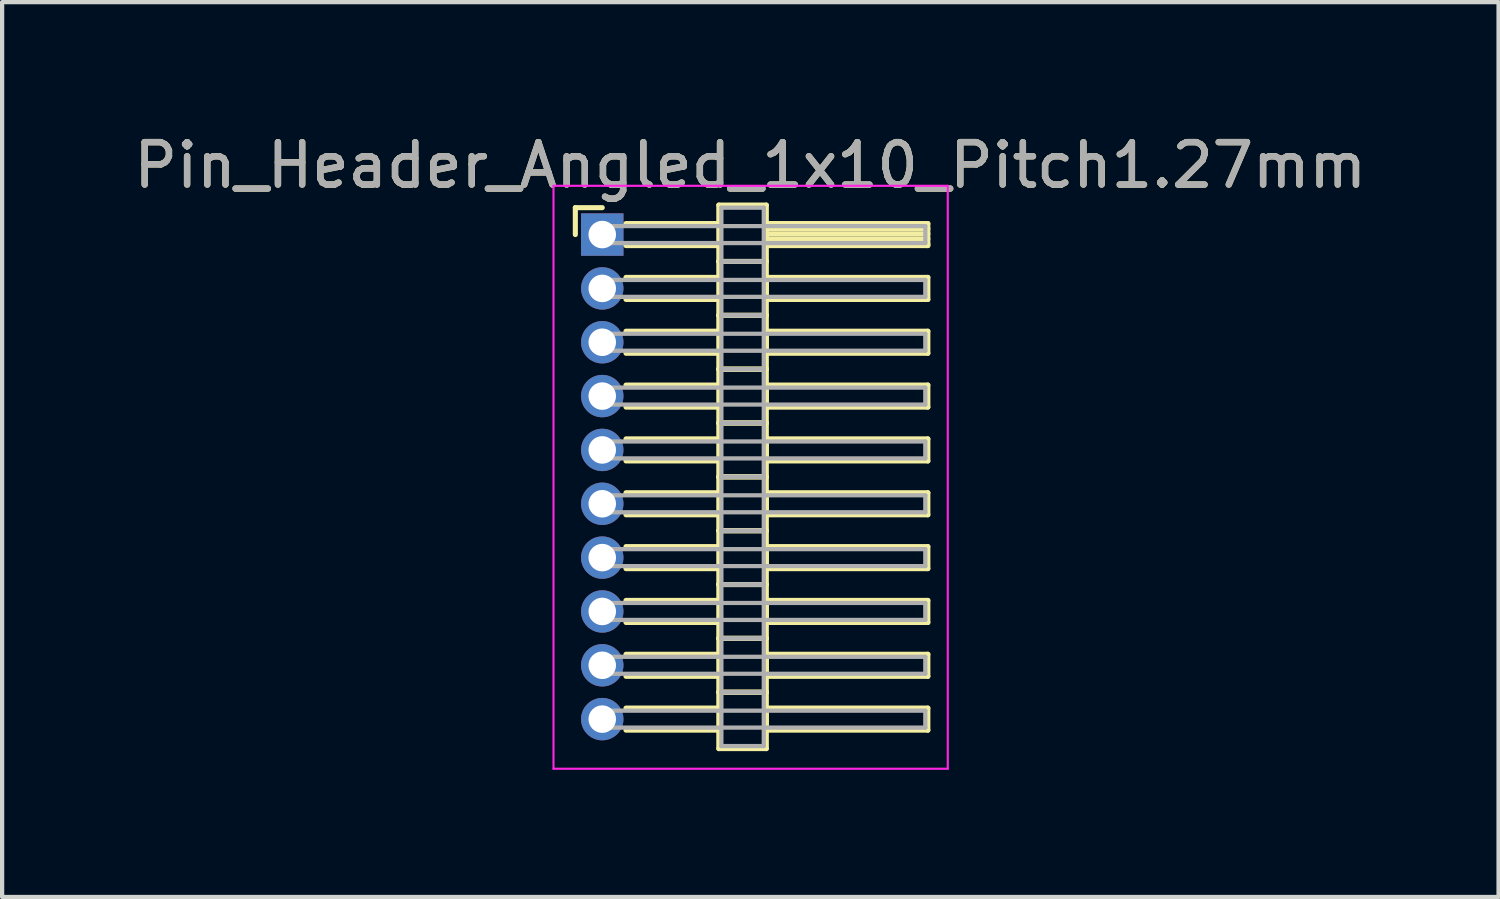
<source format=kicad_pcb>
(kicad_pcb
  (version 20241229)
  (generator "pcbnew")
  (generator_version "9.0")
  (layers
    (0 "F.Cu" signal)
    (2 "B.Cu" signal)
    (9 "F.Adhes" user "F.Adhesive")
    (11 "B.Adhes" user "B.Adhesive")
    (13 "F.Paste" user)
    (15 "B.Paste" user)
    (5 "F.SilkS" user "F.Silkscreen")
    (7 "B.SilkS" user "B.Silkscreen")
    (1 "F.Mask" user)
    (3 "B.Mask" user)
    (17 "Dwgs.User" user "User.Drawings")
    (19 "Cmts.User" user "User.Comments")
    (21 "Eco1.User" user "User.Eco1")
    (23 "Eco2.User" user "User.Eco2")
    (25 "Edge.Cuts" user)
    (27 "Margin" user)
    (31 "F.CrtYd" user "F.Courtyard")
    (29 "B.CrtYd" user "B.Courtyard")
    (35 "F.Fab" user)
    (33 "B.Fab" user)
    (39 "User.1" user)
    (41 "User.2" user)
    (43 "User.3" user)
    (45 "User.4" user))
  (footprint "Pin_Header_Angled_1x10_Pitch1.27mm"
    (layer "F.Cu")
    (at 11.156 2.483)
    (property "Reference" "Pin_Header_Angled_1x10_Pitch1.27mm" (at 3.493 -1.635 0) (layer "F.SilkS") (effects (font (size 1 1) (thickness 0.15))))
    (attr through_hole)
    (fp_line (start -0.635 -0.635) (end 0 -0.635) (stroke (width 0.12) (type solid)) (layer "F.SilkS"))
    (fp_line (start -0.635 0) (end -0.635 -0.635) (stroke (width 0.12) (type solid)) (layer "F.SilkS"))
    (fp_line (start 0.56 -0.26) (end 2.75 -0.26) (stroke (width 0.12) (type solid)) (layer "F.SilkS"))
    (fp_line (start 0.56 0.26) (end 2.75 0.26) (stroke (width 0.12) (type solid)) (layer "F.SilkS"))
    (fp_line (start 0.56 1.01) (end 2.75 1.01) (stroke (width 0.12) (type solid)) (layer "F.SilkS"))
    (fp_line (start 0.56 1.53) (end 2.75 1.53) (stroke (width 0.12) (type solid)) (layer "F.SilkS"))
    (fp_line (start 0.56 2.28) (end 2.75 2.28) (stroke (width 0.12) (type solid)) (layer "F.SilkS"))
    (fp_line (start 0.56 2.8) (end 2.75 2.8) (stroke (width 0.12) (type solid)) (layer "F.SilkS"))
    (fp_line (start 0.56 3.55) (end 2.75 3.55) (stroke (width 0.12) (type solid)) (layer "F.SilkS"))
    (fp_line (start 0.56 4.07) (end 2.75 4.07) (stroke (width 0.12) (type solid)) (layer "F.SilkS"))
    (fp_line (start 0.56 4.82) (end 2.75 4.82) (stroke (width 0.12) (type solid)) (layer "F.SilkS"))
    (fp_line (start 0.56 5.34) (end 2.75 5.34) (stroke (width 0.12) (type solid)) (layer "F.SilkS"))
    (fp_line (start 0.56 6.09) (end 2.75 6.09) (stroke (width 0.12) (type solid)) (layer "F.SilkS"))
    (fp_line (start 0.56 6.61) (end 2.75 6.61) (stroke (width 0.12) (type solid)) (layer "F.SilkS"))
    (fp_line (start 0.56 7.36) (end 2.75 7.36) (stroke (width 0.12) (type solid)) (layer "F.SilkS"))
    (fp_line (start 0.56 7.88) (end 2.75 7.88) (stroke (width 0.12) (type solid)) (layer "F.SilkS"))
    (fp_line (start 0.56 8.63) (end 2.75 8.63) (stroke (width 0.12) (type solid)) (layer "F.SilkS"))
    (fp_line (start 0.56 9.15) (end 2.75 9.15) (stroke (width 0.12) (type solid)) (layer "F.SilkS"))
    (fp_line (start 0.56 9.9) (end 2.75 9.9) (stroke (width 0.12) (type solid)) (layer "F.SilkS"))
    (fp_line (start 0.56 10.42) (end 2.75 10.42) (stroke (width 0.12) (type solid)) (layer "F.SilkS"))
    (fp_line (start 0.56 11.17) (end 2.75 11.17) (stroke (width 0.12) (type solid)) (layer "F.SilkS"))
    (fp_line (start 0.56 11.69) (end 2.75 11.69) (stroke (width 0.12) (type solid)) (layer "F.SilkS"))
    (fp_line (start 2.75 -0.695) (end 2.75 0.635) (stroke (width 0.12) (type solid)) (layer "F.SilkS"))
    (fp_line (start 2.75 0.635) (end 2.75 1.905) (stroke (width 0.12) (type solid)) (layer "F.SilkS"))
    (fp_line (start 2.75 0.635) (end 3.87 0.635) (stroke (width 0.12) (type solid)) (layer "F.SilkS"))
    (fp_line (start 2.75 1.905) (end 2.75 3.175) (stroke (width 0.12) (type solid)) (layer "F.SilkS"))
    (fp_line (start 2.75 1.905) (end 3.87 1.905) (stroke (width 0.12) (type solid)) (layer "F.SilkS"))
    (fp_line (start 2.75 3.175) (end 2.75 4.445) (stroke (width 0.12) (type solid)) (layer "F.SilkS"))
    (fp_line (start 2.75 3.175) (end 3.87 3.175) (stroke (width 0.12) (type solid)) (layer "F.SilkS"))
    (fp_line (start 2.75 4.445) (end 2.75 5.715) (stroke (width 0.12) (type solid)) (layer "F.SilkS"))
    (fp_line (start 2.75 4.445) (end 3.87 4.445) (stroke (width 0.12) (type solid)) (layer "F.SilkS"))
    (fp_line (start 2.75 5.715) (end 2.75 6.985) (stroke (width 0.12) (type solid)) (layer "F.SilkS"))
    (fp_line (start 2.75 5.715) (end 3.87 5.715) (stroke (width 0.12) (type solid)) (layer "F.SilkS"))
    (fp_line (start 2.75 6.985) (end 2.75 8.255) (stroke (width 0.12) (type solid)) (layer "F.SilkS"))
    (fp_line (start 2.75 6.985) (end 3.87 6.985) (stroke (width 0.12) (type solid)) (layer "F.SilkS"))
    (fp_line (start 2.75 8.255) (end 2.75 9.525) (stroke (width 0.12) (type solid)) (layer "F.SilkS"))
    (fp_line (start 2.75 8.255) (end 3.87 8.255) (stroke (width 0.12) (type solid)) (layer "F.SilkS"))
    (fp_line (start 2.75 9.525) (end 2.75 10.795) (stroke (width 0.12) (type solid)) (layer "F.SilkS"))
    (fp_line (start 2.75 9.525) (end 3.87 9.525) (stroke (width 0.12) (type solid)) (layer "F.SilkS"))
    (fp_line (start 2.75 10.795) (end 2.75 12.125) (stroke (width 0.12) (type solid)) (layer "F.SilkS"))
    (fp_line (start 2.75 10.795) (end 3.87 10.795) (stroke (width 0.12) (type solid)) (layer "F.SilkS"))
    (fp_line (start 2.75 12.125) (end 3.87 12.125) (stroke (width 0.12) (type solid)) (layer "F.SilkS"))
    (fp_line (start 3.87 -0.695) (end 2.75 -0.695) (stroke (width 0.12) (type solid)) (layer "F.SilkS"))
    (fp_line (start 3.87 -0.26) (end 3.87 0.26) (stroke (width 0.12) (type solid)) (layer "F.SilkS"))
    (fp_line (start 3.87 -0.14) (end 7.68 -0.14) (stroke (width 0.12) (type solid)) (layer "F.SilkS"))
    (fp_line (start 3.87 -0.02) (end 7.68 -0.02) (stroke (width 0.12) (type solid)) (layer "F.SilkS"))
    (fp_line (start 3.87 0.1) (end 7.68 0.1) (stroke (width 0.12) (type solid)) (layer "F.SilkS"))
    (fp_line (start 3.87 0.22) (end 7.68 0.22) (stroke (width 0.12) (type solid)) (layer "F.SilkS"))
    (fp_line (start 3.87 0.26) (end 7.68 0.26) (stroke (width 0.12) (type solid)) (layer "F.SilkS"))
    (fp_line (start 3.87 0.635) (end 2.75 0.635) (stroke (width 0.12) (type solid)) (layer "F.SilkS"))
    (fp_line (start 3.87 0.635) (end 3.87 -0.695) (stroke (width 0.12) (type solid)) (layer "F.SilkS"))
    (fp_line (start 3.87 1.01) (end 3.87 1.53) (stroke (width 0.12) (type solid)) (layer "F.SilkS"))
    (fp_line (start 3.87 1.53) (end 7.68 1.53) (stroke (width 0.12) (type solid)) (layer "F.SilkS"))
    (fp_line (start 3.87 1.905) (end 2.75 1.905) (stroke (width 0.12) (type solid)) (layer "F.SilkS"))
    (fp_line (start 3.87 1.905) (end 3.87 0.635) (stroke (width 0.12) (type solid)) (layer "F.SilkS"))
    (fp_line (start 3.87 2.28) (end 3.87 2.8) (stroke (width 0.12) (type solid)) (layer "F.SilkS"))
    (fp_line (start 3.87 2.8) (end 7.68 2.8) (stroke (width 0.12) (type solid)) (layer "F.SilkS"))
    (fp_line (start 3.87 3.175) (end 2.75 3.175) (stroke (width 0.12) (type solid)) (layer "F.SilkS"))
    (fp_line (start 3.87 3.175) (end 3.87 1.905) (stroke (width 0.12) (type solid)) (layer "F.SilkS"))
    (fp_line (start 3.87 3.55) (end 3.87 4.07) (stroke (width 0.12) (type solid)) (layer "F.SilkS"))
    (fp_line (start 3.87 4.07) (end 7.68 4.07) (stroke (width 0.12) (type solid)) (layer "F.SilkS"))
    (fp_line (start 3.87 4.445) (end 2.75 4.445) (stroke (width 0.12) (type solid)) (layer "F.SilkS"))
    (fp_line (start 3.87 4.445) (end 3.87 3.175) (stroke (width 0.12) (type solid)) (layer "F.SilkS"))
    (fp_line (start 3.87 4.82) (end 3.87 5.34) (stroke (width 0.12) (type solid)) (layer "F.SilkS"))
    (fp_line (start 3.87 5.34) (end 7.68 5.34) (stroke (width 0.12) (type solid)) (layer "F.SilkS"))
    (fp_line (start 3.87 5.715) (end 2.75 5.715) (stroke (width 0.12) (type solid)) (layer "F.SilkS"))
    (fp_line (start 3.87 5.715) (end 3.87 4.445) (stroke (width 0.12) (type solid)) (layer "F.SilkS"))
    (fp_line (start 3.87 6.09) (end 3.87 6.61) (stroke (width 0.12) (type solid)) (layer "F.SilkS"))
    (fp_line (start 3.87 6.61) (end 7.68 6.61) (stroke (width 0.12) (type solid)) (layer "F.SilkS"))
    (fp_line (start 3.87 6.985) (end 2.75 6.985) (stroke (width 0.12) (type solid)) (layer "F.SilkS"))
    (fp_line (start 3.87 6.985) (end 3.87 5.715) (stroke (width 0.12) (type solid)) (layer "F.SilkS"))
    (fp_line (start 3.87 7.36) (end 3.87 7.88) (stroke (width 0.12) (type solid)) (layer "F.SilkS"))
    (fp_line (start 3.87 7.88) (end 7.68 7.88) (stroke (width 0.12) (type solid)) (layer "F.SilkS"))
    (fp_line (start 3.87 8.255) (end 2.75 8.255) (stroke (width 0.12) (type solid)) (layer "F.SilkS"))
    (fp_line (start 3.87 8.255) (end 3.87 6.985) (stroke (width 0.12) (type solid)) (layer "F.SilkS"))
    (fp_line (start 3.87 8.63) (end 3.87 9.15) (stroke (width 0.12) (type solid)) (layer "F.SilkS"))
    (fp_line (start 3.87 9.15) (end 7.68 9.15) (stroke (width 0.12) (type solid)) (layer "F.SilkS"))
    (fp_line (start 3.87 9.525) (end 2.75 9.525) (stroke (width 0.12) (type solid)) (layer "F.SilkS"))
    (fp_line (start 3.87 9.525) (end 3.87 8.255) (stroke (width 0.12) (type solid)) (layer "F.SilkS"))
    (fp_line (start 3.87 9.9) (end 3.87 10.42) (stroke (width 0.12) (type solid)) (layer "F.SilkS"))
    (fp_line (start 3.87 10.42) (end 7.68 10.42) (stroke (width 0.12) (type solid)) (layer "F.SilkS"))
    (fp_line (start 3.87 10.795) (end 2.75 10.795) (stroke (width 0.12) (type solid)) (layer "F.SilkS"))
    (fp_line (start 3.87 10.795) (end 3.87 9.525) (stroke (width 0.12) (type solid)) (layer "F.SilkS"))
    (fp_line (start 3.87 11.17) (end 3.87 11.69) (stroke (width 0.12) (type solid)) (layer "F.SilkS"))
    (fp_line (start 3.87 11.69) (end 7.68 11.69) (stroke (width 0.12) (type solid)) (layer "F.SilkS"))
    (fp_line (start 3.87 12.125) (end 3.87 10.795) (stroke (width 0.12) (type solid)) (layer "F.SilkS"))
    (fp_line (start 7.68 -0.26) (end 3.87 -0.26) (stroke (width 0.12) (type solid)) (layer "F.SilkS"))
    (fp_line (start 7.68 0.26) (end 7.68 -0.26) (stroke (width 0.12) (type solid)) (layer "F.SilkS"))
    (fp_line (start 7.68 1.01) (end 3.87 1.01) (stroke (width 0.12) (type solid)) (layer "F.SilkS"))
    (fp_line (start 7.68 1.53) (end 7.68 1.01) (stroke (width 0.12) (type solid)) (layer "F.SilkS"))
    (fp_line (start 7.68 2.28) (end 3.87 2.28) (stroke (width 0.12) (type solid)) (layer "F.SilkS"))
    (fp_line (start 7.68 2.8) (end 7.68 2.28) (stroke (width 0.12) (type solid)) (layer "F.SilkS"))
    (fp_line (start 7.68 3.55) (end 3.87 3.55) (stroke (width 0.12) (type solid)) (layer "F.SilkS"))
    (fp_line (start 7.68 4.07) (end 7.68 3.55) (stroke (width 0.12) (type solid)) (layer "F.SilkS"))
    (fp_line (start 7.68 4.82) (end 3.87 4.82) (stroke (width 0.12) (type solid)) (layer "F.SilkS"))
    (fp_line (start 7.68 5.34) (end 7.68 4.82) (stroke (width 0.12) (type solid)) (layer "F.SilkS"))
    (fp_line (start 7.68 6.09) (end 3.87 6.09) (stroke (width 0.12) (type solid)) (layer "F.SilkS"))
    (fp_line (start 7.68 6.61) (end 7.68 6.09) (stroke (width 0.12) (type solid)) (layer "F.SilkS"))
    (fp_line (start 7.68 7.36) (end 3.87 7.36) (stroke (width 0.12) (type solid)) (layer "F.SilkS"))
    (fp_line (start 7.68 7.88) (end 7.68 7.36) (stroke (width 0.12) (type solid)) (layer "F.SilkS"))
    (fp_line (start 7.68 8.63) (end 3.87 8.63) (stroke (width 0.12) (type solid)) (layer "F.SilkS"))
    (fp_line (start 7.68 9.15) (end 7.68 8.63) (stroke (width 0.12) (type solid)) (layer "F.SilkS"))
    (fp_line (start 7.68 9.9) (end 3.87 9.9) (stroke (width 0.12) (type solid)) (layer "F.SilkS"))
    (fp_line (start 7.68 10.42) (end 7.68 9.9) (stroke (width 0.12) (type solid)) (layer "F.SilkS"))
    (fp_line (start 7.68 11.17) (end 3.87 11.17) (stroke (width 0.12) (type solid)) (layer "F.SilkS"))
    (fp_line (start 7.68 11.69) (end 7.68 11.17) (stroke (width 0.12) (type solid)) (layer "F.SilkS"))
    (fp_line (start -1.15 -1.15) (end -1.15 12.6) (stroke (width 0.05) (type solid)) (layer "F.CrtYd"))
    (fp_line (start -1.15 12.6) (end 8.15 12.6) (stroke (width 0.05) (type solid)) (layer "F.CrtYd"))
    (fp_line (start 8.15 -1.15) (end -1.15 -1.15) (stroke (width 0.05) (type solid)) (layer "F.CrtYd"))
    (fp_line (start 8.15 12.6) (end 8.15 -1.15) (stroke (width 0.05) (type solid)) (layer "F.CrtYd"))
    (fp_line (start 0 -0.2) (end 0 0.2) (stroke (width 0.1) (type solid)) (layer "F.Fab"))
    (fp_line (start 0 0.2) (end 7.62 0.2) (stroke (width 0.1) (type solid)) (layer "F.Fab"))
    (fp_line (start 0 1.07) (end 0 1.47) (stroke (width 0.1) (type solid)) (layer "F.Fab"))
    (fp_line (start 0 1.47) (end 7.62 1.47) (stroke (width 0.1) (type solid)) (layer "F.Fab"))
    (fp_line (start 0 2.34) (end 0 2.74) (stroke (width 0.1) (type solid)) (layer "F.Fab"))
    (fp_line (start 0 2.74) (end 7.62 2.74) (stroke (width 0.1) (type solid)) (layer "F.Fab"))
    (fp_line (start 0 3.61) (end 0 4.01) (stroke (width 0.1) (type solid)) (layer "F.Fab"))
    (fp_line (start 0 4.01) (end 7.62 4.01) (stroke (width 0.1) (type solid)) (layer "F.Fab"))
    (fp_line (start 0 4.88) (end 0 5.28) (stroke (width 0.1) (type solid)) (layer "F.Fab"))
    (fp_line (start 0 5.28) (end 7.62 5.28) (stroke (width 0.1) (type solid)) (layer "F.Fab"))
    (fp_line (start 0 6.15) (end 0 6.55) (stroke (width 0.1) (type solid)) (layer "F.Fab"))
    (fp_line (start 0 6.55) (end 7.62 6.55) (stroke (width 0.1) (type solid)) (layer "F.Fab"))
    (fp_line (start 0 7.42) (end 0 7.82) (stroke (width 0.1) (type solid)) (layer "F.Fab"))
    (fp_line (start 0 7.82) (end 7.62 7.82) (stroke (width 0.1) (type solid)) (layer "F.Fab"))
    (fp_line (start 0 8.69) (end 0 9.09) (stroke (width 0.1) (type solid)) (layer "F.Fab"))
    (fp_line (start 0 9.09) (end 7.62 9.09) (stroke (width 0.1) (type solid)) (layer "F.Fab"))
    (fp_line (start 0 9.96) (end 0 10.36) (stroke (width 0.1) (type solid)) (layer "F.Fab"))
    (fp_line (start 0 10.36) (end 7.62 10.36) (stroke (width 0.1) (type solid)) (layer "F.Fab"))
    (fp_line (start 0 11.23) (end 0 11.63) (stroke (width 0.1) (type solid)) (layer "F.Fab"))
    (fp_line (start 0 11.63) (end 7.62 11.63) (stroke (width 0.1) (type solid)) (layer "F.Fab"))
    (fp_line (start 2.81 -0.635) (end 2.81 0.635) (stroke (width 0.1) (type solid)) (layer "F.Fab"))
    (fp_line (start 2.81 0.635) (end 2.81 1.905) (stroke (width 0.1) (type solid)) (layer "F.Fab"))
    (fp_line (start 2.81 0.635) (end 3.81 0.635) (stroke (width 0.1) (type solid)) (layer "F.Fab"))
    (fp_line (start 2.81 1.905) (end 2.81 3.175) (stroke (width 0.1) (type solid)) (layer "F.Fab"))
    (fp_line (start 2.81 1.905) (end 3.81 1.905) (stroke (width 0.1) (type solid)) (layer "F.Fab"))
    (fp_line (start 2.81 3.175) (end 2.81 4.445) (stroke (width 0.1) (type solid)) (layer "F.Fab"))
    (fp_line (start 2.81 3.175) (end 3.81 3.175) (stroke (width 0.1) (type solid)) (layer "F.Fab"))
    (fp_line (start 2.81 4.445) (end 2.81 5.715) (stroke (width 0.1) (type solid)) (layer "F.Fab"))
    (fp_line (start 2.81 4.445) (end 3.81 4.445) (stroke (width 0.1) (type solid)) (layer "F.Fab"))
    (fp_line (start 2.81 5.715) (end 2.81 6.985) (stroke (width 0.1) (type solid)) (layer "F.Fab"))
    (fp_line (start 2.81 5.715) (end 3.81 5.715) (stroke (width 0.1) (type solid)) (layer "F.Fab"))
    (fp_line (start 2.81 6.985) (end 2.81 8.255) (stroke (width 0.1) (type solid)) (layer "F.Fab"))
    (fp_line (start 2.81 6.985) (end 3.81 6.985) (stroke (width 0.1) (type solid)) (layer "F.Fab"))
    (fp_line (start 2.81 8.255) (end 2.81 9.525) (stroke (width 0.1) (type solid)) (layer "F.Fab"))
    (fp_line (start 2.81 8.255) (end 3.81 8.255) (stroke (width 0.1) (type solid)) (layer "F.Fab"))
    (fp_line (start 2.81 9.525) (end 2.81 10.795) (stroke (width 0.1) (type solid)) (layer "F.Fab"))
    (fp_line (start 2.81 9.525) (end 3.81 9.525) (stroke (width 0.1) (type solid)) (layer "F.Fab"))
    (fp_line (start 2.81 10.795) (end 2.81 12.065) (stroke (width 0.1) (type solid)) (layer "F.Fab"))
    (fp_line (start 2.81 10.795) (end 3.81 10.795) (stroke (width 0.1) (type solid)) (layer "F.Fab"))
    (fp_line (start 2.81 12.065) (end 3.81 12.065) (stroke (width 0.1) (type solid)) (layer "F.Fab"))
    (fp_line (start 3.81 -0.635) (end 2.81 -0.635) (stroke (width 0.1) (type solid)) (layer "F.Fab"))
    (fp_line (start 3.81 0.635) (end 2.81 0.635) (stroke (width 0.1) (type solid)) (layer "F.Fab"))
    (fp_line (start 3.81 0.635) (end 3.81 -0.635) (stroke (width 0.1) (type solid)) (layer "F.Fab"))
    (fp_line (start 3.81 1.905) (end 2.81 1.905) (stroke (width 0.1) (type solid)) (layer "F.Fab"))
    (fp_line (start 3.81 1.905) (end 3.81 0.635) (stroke (width 0.1) (type solid)) (layer "F.Fab"))
    (fp_line (start 3.81 3.175) (end 2.81 3.175) (stroke (width 0.1) (type solid)) (layer "F.Fab"))
    (fp_line (start 3.81 3.175) (end 3.81 1.905) (stroke (width 0.1) (type solid)) (layer "F.Fab"))
    (fp_line (start 3.81 4.445) (end 2.81 4.445) (stroke (width 0.1) (type solid)) (layer "F.Fab"))
    (fp_line (start 3.81 4.445) (end 3.81 3.175) (stroke (width 0.1) (type solid)) (layer "F.Fab"))
    (fp_line (start 3.81 5.715) (end 2.81 5.715) (stroke (width 0.1) (type solid)) (layer "F.Fab"))
    (fp_line (start 3.81 5.715) (end 3.81 4.445) (stroke (width 0.1) (type solid)) (layer "F.Fab"))
    (fp_line (start 3.81 6.985) (end 2.81 6.985) (stroke (width 0.1) (type solid)) (layer "F.Fab"))
    (fp_line (start 3.81 6.985) (end 3.81 5.715) (stroke (width 0.1) (type solid)) (layer "F.Fab"))
    (fp_line (start 3.81 8.255) (end 2.81 8.255) (stroke (width 0.1) (type solid)) (layer "F.Fab"))
    (fp_line (start 3.81 8.255) (end 3.81 6.985) (stroke (width 0.1) (type solid)) (layer "F.Fab"))
    (fp_line (start 3.81 9.525) (end 2.81 9.525) (stroke (width 0.1) (type solid)) (layer "F.Fab"))
    (fp_line (start 3.81 9.525) (end 3.81 8.255) (stroke (width 0.1) (type solid)) (layer "F.Fab"))
    (fp_line (start 3.81 10.795) (end 2.81 10.795) (stroke (width 0.1) (type solid)) (layer "F.Fab"))
    (fp_line (start 3.81 10.795) (end 3.81 9.525) (stroke (width 0.1) (type solid)) (layer "F.Fab"))
    (fp_line (start 3.81 12.065) (end 3.81 10.795) (stroke (width 0.1) (type solid)) (layer "F.Fab"))
    (fp_line (start 7.62 -0.2) (end 0 -0.2) (stroke (width 0.1) (type solid)) (layer "F.Fab"))
    (fp_line (start 7.62 0.2) (end 7.62 -0.2) (stroke (width 0.1) (type solid)) (layer "F.Fab"))
    (fp_line (start 7.62 1.07) (end 0 1.07) (stroke (width 0.1) (type solid)) (layer "F.Fab"))
    (fp_line (start 7.62 1.47) (end 7.62 1.07) (stroke (width 0.1) (type solid)) (layer "F.Fab"))
    (fp_line (start 7.62 2.34) (end 0 2.34) (stroke (width 0.1) (type solid)) (layer "F.Fab"))
    (fp_line (start 7.62 2.74) (end 7.62 2.34) (stroke (width 0.1) (type solid)) (layer "F.Fab"))
    (fp_line (start 7.62 3.61) (end 0 3.61) (stroke (width 0.1) (type solid)) (layer "F.Fab"))
    (fp_line (start 7.62 4.01) (end 7.62 3.61) (stroke (width 0.1) (type solid)) (layer "F.Fab"))
    (fp_line (start 7.62 4.88) (end 0 4.88) (stroke (width 0.1) (type solid)) (layer "F.Fab"))
    (fp_line (start 7.62 5.28) (end 7.62 4.88) (stroke (width 0.1) (type solid)) (layer "F.Fab"))
    (fp_line (start 7.62 6.15) (end 0 6.15) (stroke (width 0.1) (type solid)) (layer "F.Fab"))
    (fp_line (start 7.62 6.55) (end 7.62 6.15) (stroke (width 0.1) (type solid)) (layer "F.Fab"))
    (fp_line (start 7.62 7.42) (end 0 7.42) (stroke (width 0.1) (type solid)) (layer "F.Fab"))
    (fp_line (start 7.62 7.82) (end 7.62 7.42) (stroke (width 0.1) (type solid)) (layer "F.Fab"))
    (fp_line (start 7.62 8.69) (end 0 8.69) (stroke (width 0.1) (type solid)) (layer "F.Fab"))
    (fp_line (start 7.62 9.09) (end 7.62 8.69) (stroke (width 0.1) (type solid)) (layer "F.Fab"))
    (fp_line (start 7.62 9.96) (end 0 9.96) (stroke (width 0.1) (type solid)) (layer "F.Fab"))
    (fp_line (start 7.62 10.36) (end 7.62 9.96) (stroke (width 0.1) (type solid)) (layer "F.Fab"))
    (fp_line (start 7.62 11.23) (end 0 11.23) (stroke (width 0.1) (type solid)) (layer "F.Fab"))
    (fp_line (start 7.62 11.63) (end 7.62 11.23) (stroke (width 0.1) (type solid)) (layer "F.Fab"))
    (fp_text user "${REFERENCE}" (at 3.493 -1.635 0) (layer "F.Fab") (effects (font (size 1 1) (thickness 0.15))))
    (pad "1" thru_hole rect (at 0 0) (size 1 1) (drill 0.65) (layers "*.Cu" "*.Mask"))
    (pad "2" thru_hole oval (at 0 1.27) (size 1 1) (drill 0.65) (layers "*.Cu" "*.Mask"))
    (pad "3" thru_hole oval (at 0 2.54) (size 1 1) (drill 0.65) (layers "*.Cu" "*.Mask"))
    (pad "4" thru_hole oval (at 0 3.81) (size 1 1) (drill 0.65) (layers "*.Cu" "*.Mask"))
    (pad "5" thru_hole oval (at 0 5.08) (size 1 1) (drill 0.65) (layers "*.Cu" "*.Mask"))
    (pad "6" thru_hole oval (at 0 6.35) (size 1 1) (drill 0.65) (layers "*.Cu" "*.Mask"))
    (pad "7" thru_hole oval (at 0 7.62) (size 1 1) (drill 0.65) (layers "*.Cu" "*.Mask"))
    (pad "8" thru_hole oval (at 0 8.89) (size 1 1) (drill 0.65) (layers "*.Cu" "*.Mask"))
    (pad "9" thru_hole oval (at 0 10.16) (size 1 1) (drill 0.65) (layers "*.Cu" "*.Mask"))
    (pad "10" thru_hole oval (at 0 11.43) (size 1 1) (drill 0.65) (layers "*.Cu" "*.Mask")))
  (gr_rect
    (start -3 -3)
    (end 32.298 18.108)
    (stroke (width 0.1) (type default))
    (fill no)
    (layer "Edge.Cuts")))
</source>
